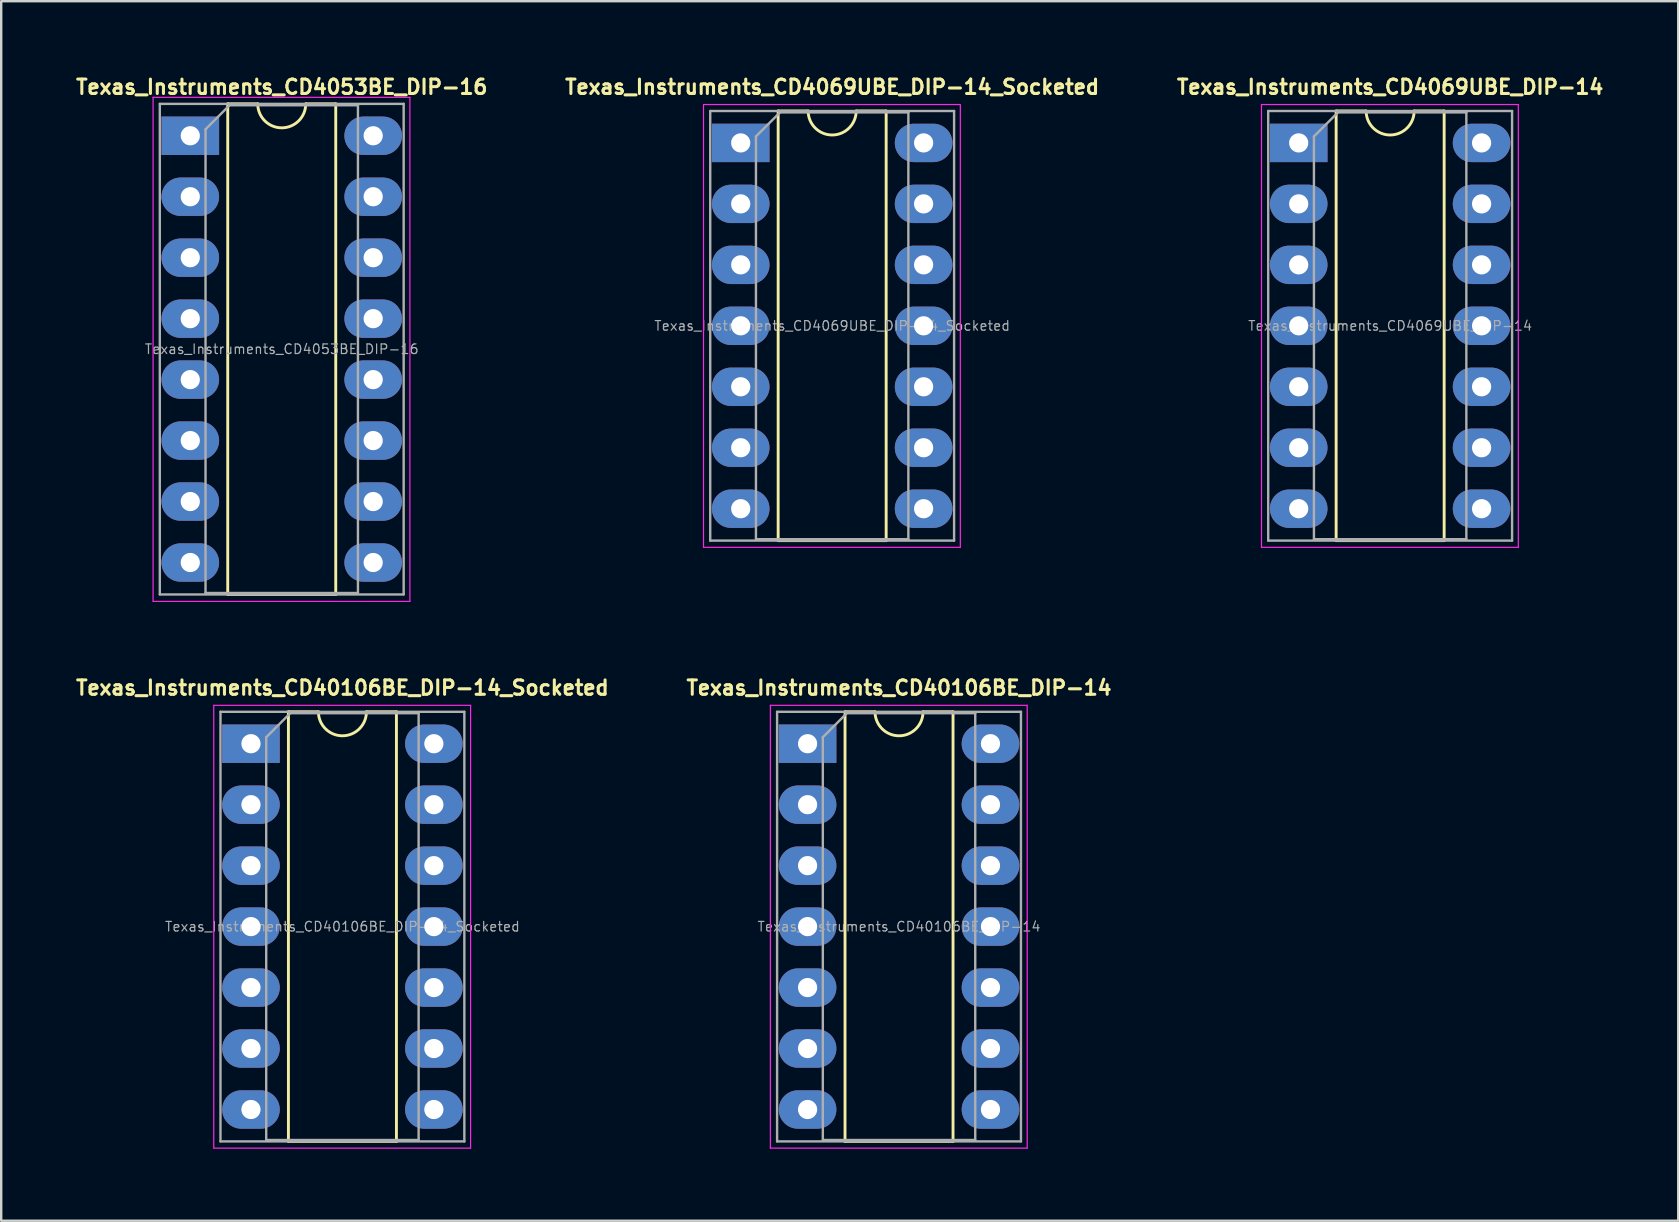
<source format=kicad_pcb>
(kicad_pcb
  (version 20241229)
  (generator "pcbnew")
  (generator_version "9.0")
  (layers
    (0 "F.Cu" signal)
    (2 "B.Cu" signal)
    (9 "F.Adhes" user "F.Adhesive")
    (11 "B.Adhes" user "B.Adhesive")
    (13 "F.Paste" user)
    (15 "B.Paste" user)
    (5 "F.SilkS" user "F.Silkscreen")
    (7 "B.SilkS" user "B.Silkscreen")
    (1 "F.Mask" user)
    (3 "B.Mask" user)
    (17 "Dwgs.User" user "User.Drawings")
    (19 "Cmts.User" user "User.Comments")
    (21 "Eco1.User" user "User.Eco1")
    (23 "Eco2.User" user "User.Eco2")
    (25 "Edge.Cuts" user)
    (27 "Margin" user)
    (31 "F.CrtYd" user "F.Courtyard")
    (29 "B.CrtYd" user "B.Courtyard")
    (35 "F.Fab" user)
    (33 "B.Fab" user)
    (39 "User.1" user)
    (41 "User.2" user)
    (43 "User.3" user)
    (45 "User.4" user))
  (footprint "Texas_Instruments_CD40106BE_DIP-14_Socketed"
    (layer "F.Cu")
    (at 11.216 35.555)
    (property "Reference" "Texas_Instruments_CD40106BE_DIP-14_Socketed" (at 0 -9.95 0) (layer "F.SilkS") (effects (font (size 0.6 0.6) (thickness 0.127))))
    (attr through_hole)
    (fp_line (start -2.25 -8.95) (end -2.25 8.95) (stroke (width 0.12) (type solid)) (layer "F.SilkS"))
    (fp_line (start -2.25 8.95) (end 2.25 8.95) (stroke (width 0.12) (type solid)) (layer "F.SilkS"))
    (fp_line (start -1 -8.95) (end -2.25 -8.95) (stroke (width 0.12) (type solid)) (layer "F.SilkS"))
    (fp_line (start 2.25 -8.95) (end 1 -8.95) (stroke (width 0.12) (type solid)) (layer "F.SilkS"))
    (fp_line (start 2.25 8.95) (end 2.25 -8.95) (stroke (width 0.12) (type solid)) (layer "F.SilkS"))
    (fp_arc (start 1 -8.95) (mid 0 -7.95) (end -1 -8.95) (stroke (width 0.12) (type solid)) (layer "F.SilkS"))
    (fp_line (start -5.36 -9.22) (end -5.36 9.23) (stroke (width 0.05) (type solid)) (layer "F.CrtYd"))
    (fp_line (start -5.36 9.23) (end 5.34 9.23) (stroke (width 0.05) (type solid)) (layer "F.CrtYd"))
    (fp_line (start 5.34 -9.22) (end -5.36 -9.22) (stroke (width 0.05) (type solid)) (layer "F.CrtYd"))
    (fp_line (start 5.34 9.23) (end 5.34 -9.22) (stroke (width 0.05) (type solid)) (layer "F.CrtYd"))
    (fp_line (start -5.08 -8.95) (end -5.08 8.95) (stroke (width 0.1) (type solid)) (layer "F.Fab"))
    (fp_line (start -5.08 8.95) (end 5.08 8.95) (stroke (width 0.1) (type solid)) (layer "F.Fab"))
    (fp_line (start -3.175 -7.89) (end -2.175 -8.89) (stroke (width 0.1) (type solid)) (layer "F.Fab"))
    (fp_line (start -3.175 8.89) (end -3.175 -7.89) (stroke (width 0.1) (type solid)) (layer "F.Fab"))
    (fp_line (start -2.175 -8.89) (end 3.175 -8.89) (stroke (width 0.1) (type solid)) (layer "F.Fab"))
    (fp_line (start 3.175 -8.89) (end 3.175 8.89) (stroke (width 0.1) (type solid)) (layer "F.Fab"))
    (fp_line (start 3.175 8.89) (end -3.175 8.89) (stroke (width 0.1) (type solid)) (layer "F.Fab"))
    (fp_line (start 5.08 -8.95) (end -5.08 -8.95) (stroke (width 0.1) (type solid)) (layer "F.Fab"))
    (fp_line (start 5.08 8.95) (end 5.08 -8.95) (stroke (width 0.1) (type solid)) (layer "F.Fab"))
    (fp_text user "${REFERENCE}" (at 0 0 0) (layer "F.Fab") (effects (font (size 0.4 0.4) (thickness 0.05))))
    (pad "1" thru_hole rect (at -3.81 -7.62) (size 2.4 1.6) (drill 0.8) (layers "*.Cu" "*.Mask"))
    (pad "2" thru_hole oval (at -3.81 -5.08) (size 2.4 1.6) (drill 0.8) (layers "*.Cu" "*.Mask"))
    (pad "3" thru_hole oval (at -3.81 -2.54) (size 2.4 1.6) (drill 0.8) (layers "*.Cu" "*.Mask"))
    (pad "4" thru_hole oval (at -3.81 0) (size 2.4 1.6) (drill 0.8) (layers "*.Cu" "*.Mask"))
    (pad "5" thru_hole oval (at -3.81 2.54) (size 2.4 1.6) (drill 0.8) (layers "*.Cu" "*.Mask"))
    (pad "6" thru_hole oval (at -3.81 5.08) (size 2.4 1.6) (drill 0.8) (layers "*.Cu" "*.Mask"))
    (pad "7" thru_hole oval (at -3.81 7.62) (size 2.4 1.6) (drill 0.8) (layers "*.Cu" "*.Mask"))
    (pad "8" thru_hole oval (at 3.81 7.62) (size 2.4 1.6) (drill 0.8) (layers "*.Cu" "*.Mask"))
    (pad "9" thru_hole oval (at 3.81 5.08) (size 2.4 1.6) (drill 0.8) (layers "*.Cu" "*.Mask"))
    (pad "10" thru_hole oval (at 3.81 2.54) (size 2.4 1.6) (drill 0.8) (layers "*.Cu" "*.Mask"))
    (pad "11" thru_hole oval (at 3.81 0) (size 2.4 1.6) (drill 0.8) (layers "*.Cu" "*.Mask"))
    (pad "12" thru_hole oval (at 3.81 -2.54) (size 2.4 1.6) (drill 0.8) (layers "*.Cu" "*.Mask"))
    (pad "13" thru_hole oval (at 3.81 -5.08) (size 2.4 1.6) (drill 0.8) (layers "*.Cu" "*.Mask"))
    (pad "14" thru_hole oval (at 3.81 -7.62) (size 2.4 1.6) (drill 0.8) (layers "*.Cu" "*.Mask")))
  (footprint "Texas_Instruments_CD4053BE_DIP-16"
    (layer "F.Cu")
    (at 8.688 11.496)
    (property "Reference" "Texas_Instruments_CD4053BE_DIP-16" (at 0 -10.922 0) (layer "F.SilkS") (effects (font (size 0.6 0.6) (thickness 0.127))))
    (attr through_hole)
    (fp_line (start -2.25 -10.22) (end -2.25 10.22) (stroke (width 0.12) (type solid)) (layer "F.SilkS"))
    (fp_line (start -2.25 10.22) (end 2.25 10.22) (stroke (width 0.12) (type solid)) (layer "F.SilkS"))
    (fp_line (start -1 -10.22) (end -2.25 -10.22) (stroke (width 0.12) (type solid)) (layer "F.SilkS"))
    (fp_line (start 2.25 -10.22) (end 1 -10.22) (stroke (width 0.12) (type solid)) (layer "F.SilkS"))
    (fp_line (start 2.25 10.22) (end 2.25 -10.22) (stroke (width 0.12) (type solid)) (layer "F.SilkS"))
    (fp_arc (start 1 -10.22) (mid 0 -9.22) (end -1 -10.22) (stroke (width 0.12) (type solid)) (layer "F.SilkS"))
    (fp_line (start -5.36 -10.49) (end -5.36 10.51) (stroke (width 0.05) (type solid)) (layer "F.CrtYd"))
    (fp_line (start -5.36 10.51) (end 5.34 10.51) (stroke (width 0.05) (type solid)) (layer "F.CrtYd"))
    (fp_line (start 5.34 -10.49) (end -5.36 -10.49) (stroke (width 0.05) (type solid)) (layer "F.CrtYd"))
    (fp_line (start 5.34 10.51) (end 5.34 -10.49) (stroke (width 0.05) (type solid)) (layer "F.CrtYd"))
    (fp_line (start -5.08 -10.22) (end -5.08 10.22) (stroke (width 0.1) (type solid)) (layer "F.Fab"))
    (fp_line (start -5.08 10.22) (end 5.08 10.22) (stroke (width 0.1) (type solid)) (layer "F.Fab"))
    (fp_line (start -3.175 -9.16) (end -2.175 -10.16) (stroke (width 0.1) (type solid)) (layer "F.Fab"))
    (fp_line (start -3.175 10.16) (end -3.175 -9.16) (stroke (width 0.1) (type solid)) (layer "F.Fab"))
    (fp_line (start -2.175 -10.16) (end 3.175 -10.16) (stroke (width 0.1) (type solid)) (layer "F.Fab"))
    (fp_line (start 3.175 -10.16) (end 3.175 10.16) (stroke (width 0.1) (type solid)) (layer "F.Fab"))
    (fp_line (start 3.175 10.16) (end -3.175 10.16) (stroke (width 0.1) (type solid)) (layer "F.Fab"))
    (fp_line (start 5.08 -10.22) (end -5.08 -10.22) (stroke (width 0.1) (type solid)) (layer "F.Fab"))
    (fp_line (start 5.08 10.22) (end 5.08 -10.22) (stroke (width 0.1) (type solid)) (layer "F.Fab"))
    (fp_text user "${REFERENCE}" (at 0 0 0) (layer "F.Fab") (effects (font (size 0.4 0.4) (thickness 0.05))))
    (pad "1" thru_hole rect (at -3.81 -8.89) (size 2.4 1.6) (drill 0.8) (layers "*.Cu" "*.Mask"))
    (pad "2" thru_hole oval (at -3.81 -6.35) (size 2.4 1.6) (drill 0.8) (layers "*.Cu" "*.Mask"))
    (pad "3" thru_hole oval (at -3.81 -3.81) (size 2.4 1.6) (drill 0.8) (layers "*.Cu" "*.Mask"))
    (pad "4" thru_hole oval (at -3.81 -1.27) (size 2.4 1.6) (drill 0.8) (layers "*.Cu" "*.Mask"))
    (pad "5" thru_hole oval (at -3.81 1.27) (size 2.4 1.6) (drill 0.8) (layers "*.Cu" "*.Mask"))
    (pad "6" thru_hole oval (at -3.81 3.81) (size 2.4 1.6) (drill 0.8) (layers "*.Cu" "*.Mask"))
    (pad "7" thru_hole oval (at -3.81 6.35) (size 2.4 1.6) (drill 0.8) (layers "*.Cu" "*.Mask"))
    (pad "8" thru_hole oval (at -3.81 8.89) (size 2.4 1.6) (drill 0.8) (layers "*.Cu" "*.Mask"))
    (pad "9" thru_hole oval (at 3.81 8.89) (size 2.4 1.6) (drill 0.8) (layers "*.Cu" "*.Mask"))
    (pad "10" thru_hole oval (at 3.81 6.35) (size 2.4 1.6) (drill 0.8) (layers "*.Cu" "*.Mask"))
    (pad "11" thru_hole oval (at 3.81 3.81) (size 2.4 1.6) (drill 0.8) (layers "*.Cu" "*.Mask"))
    (pad "12" thru_hole oval (at 3.81 1.27) (size 2.4 1.6) (drill 0.8) (layers "*.Cu" "*.Mask"))
    (pad "13" thru_hole oval (at 3.81 -1.27) (size 2.4 1.6) (drill 0.8) (layers "*.Cu" "*.Mask"))
    (pad "14" thru_hole oval (at 3.81 -3.81) (size 2.4 1.6) (drill 0.8) (layers "*.Cu" "*.Mask"))
    (pad "15" thru_hole oval (at 3.81 -6.35) (size 2.4 1.6) (drill 0.8) (layers "*.Cu" "*.Mask"))
    (pad "16" thru_hole oval (at 3.81 -8.89) (size 2.4 1.6) (drill 0.8) (layers "*.Cu" "*.Mask")))
  (footprint "Texas_Instruments_CD4069UBE_DIP-14_Socketed"
    (layer "F.Cu")
    (at 31.62 10.524)
    (property "Reference" "Texas_Instruments_CD4069UBE_DIP-14_Socketed" (at 0 -9.95 0) (layer "F.SilkS") (effects (font (size 0.6 0.6) (thickness 0.127))))
    (attr through_hole)
    (fp_line (start -2.25 -8.95) (end -2.25 8.95) (stroke (width 0.12) (type solid)) (layer "F.SilkS"))
    (fp_line (start -2.25 8.95) (end 2.25 8.95) (stroke (width 0.12) (type solid)) (layer "F.SilkS"))
    (fp_line (start -1 -8.95) (end -2.25 -8.95) (stroke (width 0.12) (type solid)) (layer "F.SilkS"))
    (fp_line (start 2.25 -8.95) (end 1 -8.95) (stroke (width 0.12) (type solid)) (layer "F.SilkS"))
    (fp_line (start 2.25 8.95) (end 2.25 -8.95) (stroke (width 0.12) (type solid)) (layer "F.SilkS"))
    (fp_arc (start 1 -8.95) (mid 0 -7.95) (end -1 -8.95) (stroke (width 0.12) (type solid)) (layer "F.SilkS"))
    (fp_line (start -5.36 -9.22) (end -5.36 9.23) (stroke (width 0.05) (type solid)) (layer "F.CrtYd"))
    (fp_line (start -5.36 9.23) (end 5.34 9.23) (stroke (width 0.05) (type solid)) (layer "F.CrtYd"))
    (fp_line (start 5.34 -9.22) (end -5.36 -9.22) (stroke (width 0.05) (type solid)) (layer "F.CrtYd"))
    (fp_line (start 5.34 9.23) (end 5.34 -9.22) (stroke (width 0.05) (type solid)) (layer "F.CrtYd"))
    (fp_line (start -5.08 -8.95) (end -5.08 8.95) (stroke (width 0.1) (type solid)) (layer "F.Fab"))
    (fp_line (start -5.08 8.95) (end 5.08 8.95) (stroke (width 0.1) (type solid)) (layer "F.Fab"))
    (fp_line (start -3.175 -7.89) (end -2.175 -8.89) (stroke (width 0.1) (type solid)) (layer "F.Fab"))
    (fp_line (start -3.175 8.89) (end -3.175 -7.89) (stroke (width 0.1) (type solid)) (layer "F.Fab"))
    (fp_line (start -2.175 -8.89) (end 3.175 -8.89) (stroke (width 0.1) (type solid)) (layer "F.Fab"))
    (fp_line (start 3.175 -8.89) (end 3.175 8.89) (stroke (width 0.1) (type solid)) (layer "F.Fab"))
    (fp_line (start 3.175 8.89) (end -3.175 8.89) (stroke (width 0.1) (type solid)) (layer "F.Fab"))
    (fp_line (start 5.08 -8.95) (end -5.08 -8.95) (stroke (width 0.1) (type solid)) (layer "F.Fab"))
    (fp_line (start 5.08 8.95) (end 5.08 -8.95) (stroke (width 0.1) (type solid)) (layer "F.Fab"))
    (fp_text user "${REFERENCE}" (at 0 0 0) (layer "F.Fab") (effects (font (size 0.4 0.4) (thickness 0.05))))
    (pad "1" thru_hole rect (at -3.81 -7.62) (size 2.4 1.6) (drill 0.8) (layers "*.Cu" "*.Mask"))
    (pad "2" thru_hole oval (at -3.81 -5.08) (size 2.4 1.6) (drill 0.8) (layers "*.Cu" "*.Mask"))
    (pad "3" thru_hole oval (at -3.81 -2.54) (size 2.4 1.6) (drill 0.8) (layers "*.Cu" "*.Mask"))
    (pad "4" thru_hole oval (at -3.81 0) (size 2.4 1.6) (drill 0.8) (layers "*.Cu" "*.Mask"))
    (pad "5" thru_hole oval (at -3.81 2.54) (size 2.4 1.6) (drill 0.8) (layers "*.Cu" "*.Mask"))
    (pad "6" thru_hole oval (at -3.81 5.08) (size 2.4 1.6) (drill 0.8) (layers "*.Cu" "*.Mask"))
    (pad "7" thru_hole oval (at -3.81 7.62) (size 2.4 1.6) (drill 0.8) (layers "*.Cu" "*.Mask"))
    (pad "8" thru_hole oval (at 3.81 7.62) (size 2.4 1.6) (drill 0.8) (layers "*.Cu" "*.Mask"))
    (pad "9" thru_hole oval (at 3.81 5.08) (size 2.4 1.6) (drill 0.8) (layers "*.Cu" "*.Mask"))
    (pad "10" thru_hole oval (at 3.81 2.54) (size 2.4 1.6) (drill 0.8) (layers "*.Cu" "*.Mask"))
    (pad "11" thru_hole oval (at 3.81 0) (size 2.4 1.6) (drill 0.8) (layers "*.Cu" "*.Mask"))
    (pad "12" thru_hole oval (at 3.81 -2.54) (size 2.4 1.6) (drill 0.8) (layers "*.Cu" "*.Mask"))
    (pad "13" thru_hole oval (at 3.81 -5.08) (size 2.4 1.6) (drill 0.8) (layers "*.Cu" "*.Mask"))
    (pad "14" thru_hole oval (at 3.81 -7.62) (size 2.4 1.6) (drill 0.8) (layers "*.Cu" "*.Mask")))
  (footprint "Texas_Instruments_CD4069UBE_DIP-14"
    (layer "F.Cu")
    (at 54.867 10.524)
    (property "Reference" "Texas_Instruments_CD4069UBE_DIP-14" (at 0 -9.95 0) (layer "F.SilkS") (effects (font (size 0.6 0.6) (thickness 0.127))))
    (attr through_hole)
    (fp_line (start -2.25 -8.95) (end -2.25 8.95) (stroke (width 0.12) (type solid)) (layer "F.SilkS"))
    (fp_line (start -2.25 8.95) (end 2.25 8.95) (stroke (width 0.12) (type solid)) (layer "F.SilkS"))
    (fp_line (start -1 -8.95) (end -2.25 -8.95) (stroke (width 0.12) (type solid)) (layer "F.SilkS"))
    (fp_line (start 2.25 -8.95) (end 1 -8.95) (stroke (width 0.12) (type solid)) (layer "F.SilkS"))
    (fp_line (start 2.25 8.95) (end 2.25 -8.95) (stroke (width 0.12) (type solid)) (layer "F.SilkS"))
    (fp_arc (start 1 -8.95) (mid 0 -7.95) (end -1 -8.95) (stroke (width 0.12) (type solid)) (layer "F.SilkS"))
    (fp_line (start -5.36 -9.22) (end -5.36 9.23) (stroke (width 0.05) (type solid)) (layer "F.CrtYd"))
    (fp_line (start -5.36 9.23) (end 5.34 9.23) (stroke (width 0.05) (type solid)) (layer "F.CrtYd"))
    (fp_line (start 5.34 -9.22) (end -5.36 -9.22) (stroke (width 0.05) (type solid)) (layer "F.CrtYd"))
    (fp_line (start 5.34 9.23) (end 5.34 -9.22) (stroke (width 0.05) (type solid)) (layer "F.CrtYd"))
    (fp_line (start -5.08 -8.95) (end -5.08 8.95) (stroke (width 0.1) (type solid)) (layer "F.Fab"))
    (fp_line (start -5.08 8.95) (end 5.08 8.95) (stroke (width 0.1) (type solid)) (layer "F.Fab"))
    (fp_line (start -3.175 -7.89) (end -2.175 -8.89) (stroke (width 0.1) (type solid)) (layer "F.Fab"))
    (fp_line (start -3.175 8.89) (end -3.175 -7.89) (stroke (width 0.1) (type solid)) (layer "F.Fab"))
    (fp_line (start -2.175 -8.89) (end 3.175 -8.89) (stroke (width 0.1) (type solid)) (layer "F.Fab"))
    (fp_line (start 3.175 -8.89) (end 3.175 8.89) (stroke (width 0.1) (type solid)) (layer "F.Fab"))
    (fp_line (start 3.175 8.89) (end -3.175 8.89) (stroke (width 0.1) (type solid)) (layer "F.Fab"))
    (fp_line (start 5.08 -8.95) (end -5.08 -8.95) (stroke (width 0.1) (type solid)) (layer "F.Fab"))
    (fp_line (start 5.08 8.95) (end 5.08 -8.95) (stroke (width 0.1) (type solid)) (layer "F.Fab"))
    (fp_text user "${REFERENCE}" (at 0 0 0) (layer "F.Fab") (effects (font (size 0.4 0.4) (thickness 0.05))))
    (pad "1" thru_hole rect (at -3.81 -7.62) (size 2.4 1.6) (drill 0.8) (layers "*.Cu" "*.Mask"))
    (pad "2" thru_hole oval (at -3.81 -5.08) (size 2.4 1.6) (drill 0.8) (layers "*.Cu" "*.Mask"))
    (pad "3" thru_hole oval (at -3.81 -2.54) (size 2.4 1.6) (drill 0.8) (layers "*.Cu" "*.Mask"))
    (pad "4" thru_hole oval (at -3.81 0) (size 2.4 1.6) (drill 0.8) (layers "*.Cu" "*.Mask"))
    (pad "5" thru_hole oval (at -3.81 2.54) (size 2.4 1.6) (drill 0.8) (layers "*.Cu" "*.Mask"))
    (pad "6" thru_hole oval (at -3.81 5.08) (size 2.4 1.6) (drill 0.8) (layers "*.Cu" "*.Mask"))
    (pad "7" thru_hole oval (at -3.81 7.62) (size 2.4 1.6) (drill 0.8) (layers "*.Cu" "*.Mask"))
    (pad "8" thru_hole oval (at 3.81 7.62) (size 2.4 1.6) (drill 0.8) (layers "*.Cu" "*.Mask"))
    (pad "9" thru_hole oval (at 3.81 5.08) (size 2.4 1.6) (drill 0.8) (layers "*.Cu" "*.Mask"))
    (pad "10" thru_hole oval (at 3.81 2.54) (size 2.4 1.6) (drill 0.8) (layers "*.Cu" "*.Mask"))
    (pad "11" thru_hole oval (at 3.81 0) (size 2.4 1.6) (drill 0.8) (layers "*.Cu" "*.Mask"))
    (pad "12" thru_hole oval (at 3.81 -2.54) (size 2.4 1.6) (drill 0.8) (layers "*.Cu" "*.Mask"))
    (pad "13" thru_hole oval (at 3.81 -5.08) (size 2.4 1.6) (drill 0.8) (layers "*.Cu" "*.Mask"))
    (pad "14" thru_hole oval (at 3.81 -7.62) (size 2.4 1.6) (drill 0.8) (layers "*.Cu" "*.Mask")))
  (footprint "Texas_Instruments_CD40106BE_DIP-14"
    (layer "F.Cu")
    (at 34.406 35.555)
    (property "Reference" "Texas_Instruments_CD40106BE_DIP-14" (at 0 -9.95 0) (layer "F.SilkS") (effects (font (size 0.6 0.6) (thickness 0.127))))
    (attr through_hole)
    (fp_line (start -2.25 -8.95) (end -2.25 8.95) (stroke (width 0.12) (type solid)) (layer "F.SilkS"))
    (fp_line (start -2.25 8.95) (end 2.25 8.95) (stroke (width 0.12) (type solid)) (layer "F.SilkS"))
    (fp_line (start -1 -8.95) (end -2.25 -8.95) (stroke (width 0.12) (type solid)) (layer "F.SilkS"))
    (fp_line (start 2.25 -8.95) (end 1 -8.95) (stroke (width 0.12) (type solid)) (layer "F.SilkS"))
    (fp_line (start 2.25 8.95) (end 2.25 -8.95) (stroke (width 0.12) (type solid)) (layer "F.SilkS"))
    (fp_arc (start 1 -8.95) (mid 0 -7.95) (end -1 -8.95) (stroke (width 0.12) (type solid)) (layer "F.SilkS"))
    (fp_line (start -5.36 -9.22) (end -5.36 9.23) (stroke (width 0.05) (type solid)) (layer "F.CrtYd"))
    (fp_line (start -5.36 9.23) (end 5.34 9.23) (stroke (width 0.05) (type solid)) (layer "F.CrtYd"))
    (fp_line (start 5.34 -9.22) (end -5.36 -9.22) (stroke (width 0.05) (type solid)) (layer "F.CrtYd"))
    (fp_line (start 5.34 9.23) (end 5.34 -9.22) (stroke (width 0.05) (type solid)) (layer "F.CrtYd"))
    (fp_line (start -5.08 -8.95) (end -5.08 8.95) (stroke (width 0.1) (type solid)) (layer "F.Fab"))
    (fp_line (start -5.08 8.95) (end 5.08 8.95) (stroke (width 0.1) (type solid)) (layer "F.Fab"))
    (fp_line (start -3.175 -7.89) (end -2.175 -8.89) (stroke (width 0.1) (type solid)) (layer "F.Fab"))
    (fp_line (start -3.175 8.89) (end -3.175 -7.89) (stroke (width 0.1) (type solid)) (layer "F.Fab"))
    (fp_line (start -2.175 -8.89) (end 3.175 -8.89) (stroke (width 0.1) (type solid)) (layer "F.Fab"))
    (fp_line (start 3.175 -8.89) (end 3.175 8.89) (stroke (width 0.1) (type solid)) (layer "F.Fab"))
    (fp_line (start 3.175 8.89) (end -3.175 8.89) (stroke (width 0.1) (type solid)) (layer "F.Fab"))
    (fp_line (start 5.08 -8.95) (end -5.08 -8.95) (stroke (width 0.1) (type solid)) (layer "F.Fab"))
    (fp_line (start 5.08 8.95) (end 5.08 -8.95) (stroke (width 0.1) (type solid)) (layer "F.Fab"))
    (fp_text user "${REFERENCE}" (at 0 0 0) (layer "F.Fab") (effects (font (size 0.4 0.4) (thickness 0.05))))
    (pad "1" thru_hole rect (at -3.81 -7.62) (size 2.4 1.6) (drill 0.8) (layers "*.Cu" "*.Mask"))
    (pad "2" thru_hole oval (at -3.81 -5.08) (size 2.4 1.6) (drill 0.8) (layers "*.Cu" "*.Mask"))
    (pad "3" thru_hole oval (at -3.81 -2.54) (size 2.4 1.6) (drill 0.8) (layers "*.Cu" "*.Mask"))
    (pad "4" thru_hole oval (at -3.81 0) (size 2.4 1.6) (drill 0.8) (layers "*.Cu" "*.Mask"))
    (pad "5" thru_hole oval (at -3.81 2.54) (size 2.4 1.6) (drill 0.8) (layers "*.Cu" "*.Mask"))
    (pad "6" thru_hole oval (at -3.81 5.08) (size 2.4 1.6) (drill 0.8) (layers "*.Cu" "*.Mask"))
    (pad "7" thru_hole oval (at -3.81 7.62) (size 2.4 1.6) (drill 0.8) (layers "*.Cu" "*.Mask"))
    (pad "8" thru_hole oval (at 3.81 7.62) (size 2.4 1.6) (drill 0.8) (layers "*.Cu" "*.Mask"))
    (pad "9" thru_hole oval (at 3.81 5.08) (size 2.4 1.6) (drill 0.8) (layers "*.Cu" "*.Mask"))
    (pad "10" thru_hole oval (at 3.81 2.54) (size 2.4 1.6) (drill 0.8) (layers "*.Cu" "*.Mask"))
    (pad "11" thru_hole oval (at 3.81 0) (size 2.4 1.6) (drill 0.8) (layers "*.Cu" "*.Mask"))
    (pad "12" thru_hole oval (at 3.81 -2.54) (size 2.4 1.6) (drill 0.8) (layers "*.Cu" "*.Mask"))
    (pad "13" thru_hole oval (at 3.81 -5.08) (size 2.4 1.6) (drill 0.8) (layers "*.Cu" "*.Mask"))
    (pad "14" thru_hole oval (at 3.81 -7.62) (size 2.4 1.6) (drill 0.8) (layers "*.Cu" "*.Mask")))
  (gr_rect
    (start -3 -3)
    (end 66.869 47.81)
    (stroke (width 0.1) (type default))
    (fill no)
    (layer "Edge.Cuts")))
</source>
